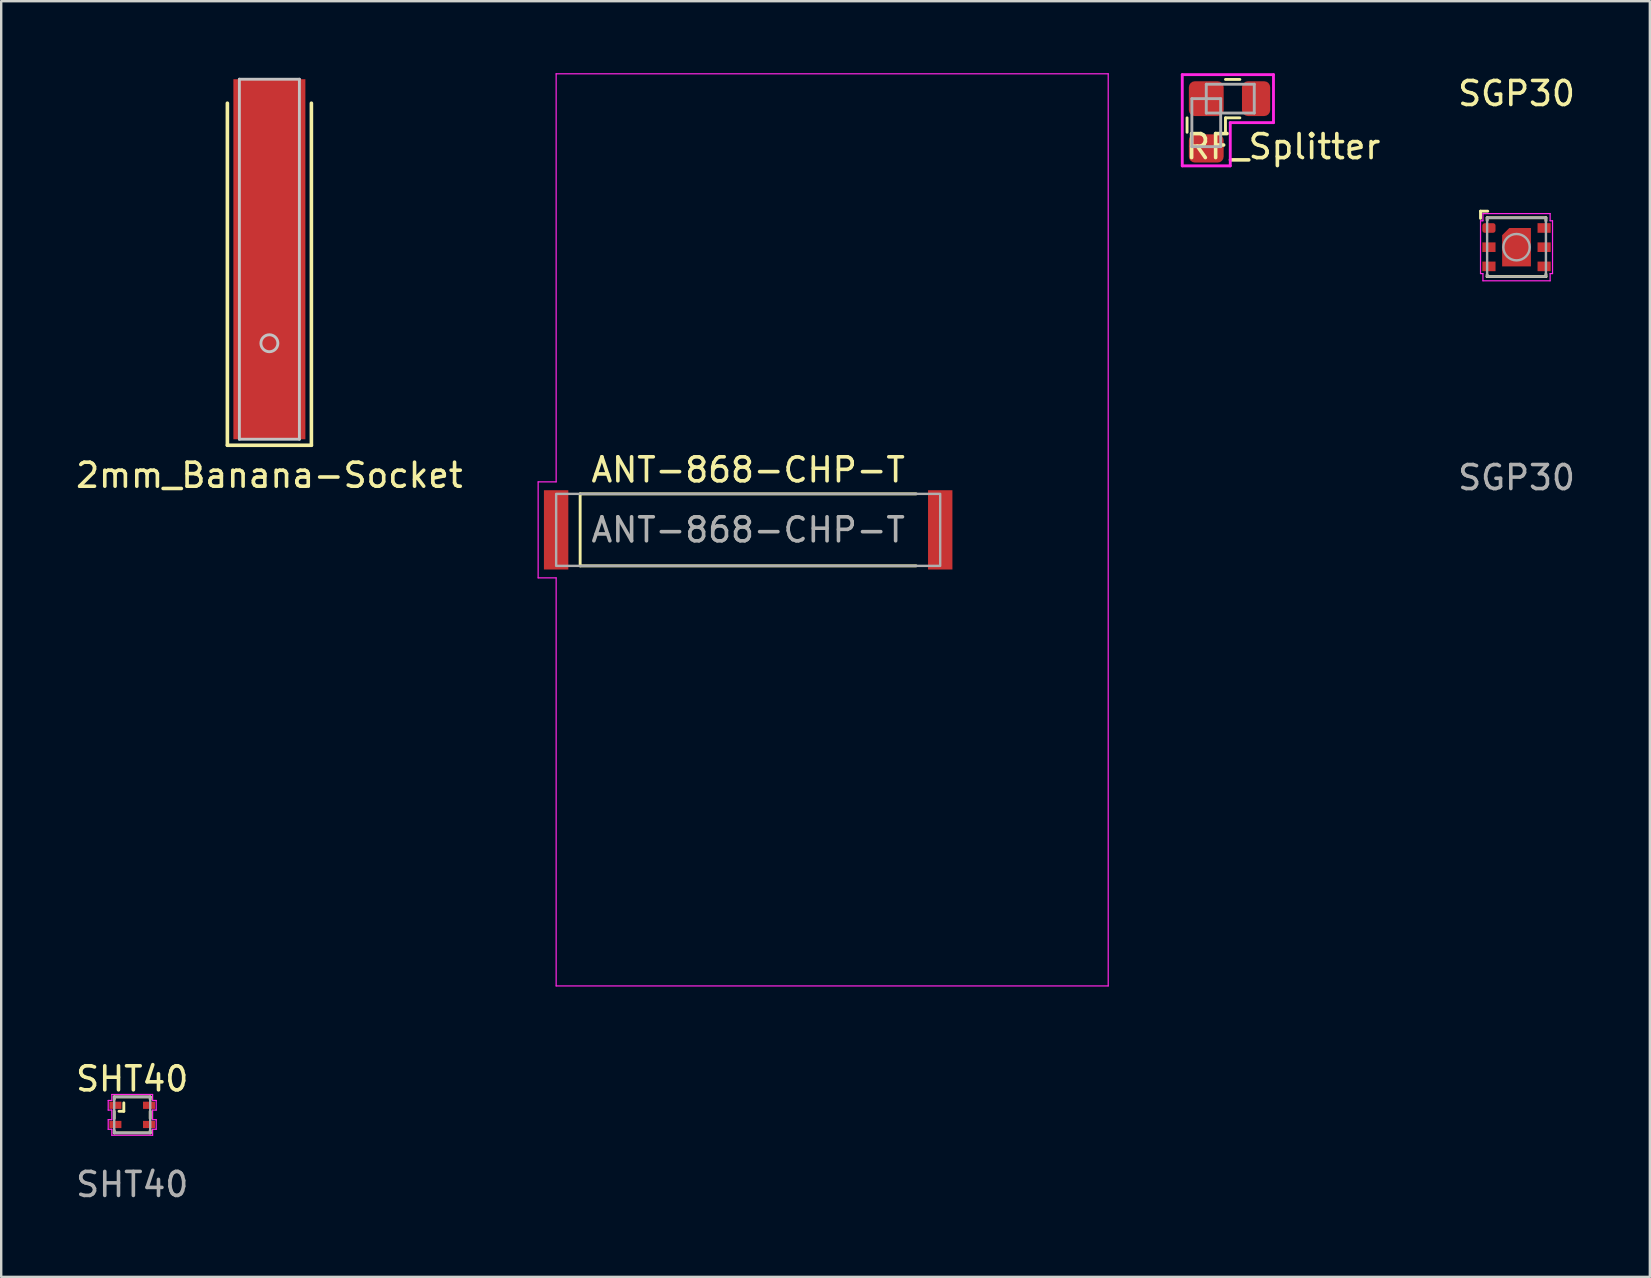
<source format=kicad_pcb>
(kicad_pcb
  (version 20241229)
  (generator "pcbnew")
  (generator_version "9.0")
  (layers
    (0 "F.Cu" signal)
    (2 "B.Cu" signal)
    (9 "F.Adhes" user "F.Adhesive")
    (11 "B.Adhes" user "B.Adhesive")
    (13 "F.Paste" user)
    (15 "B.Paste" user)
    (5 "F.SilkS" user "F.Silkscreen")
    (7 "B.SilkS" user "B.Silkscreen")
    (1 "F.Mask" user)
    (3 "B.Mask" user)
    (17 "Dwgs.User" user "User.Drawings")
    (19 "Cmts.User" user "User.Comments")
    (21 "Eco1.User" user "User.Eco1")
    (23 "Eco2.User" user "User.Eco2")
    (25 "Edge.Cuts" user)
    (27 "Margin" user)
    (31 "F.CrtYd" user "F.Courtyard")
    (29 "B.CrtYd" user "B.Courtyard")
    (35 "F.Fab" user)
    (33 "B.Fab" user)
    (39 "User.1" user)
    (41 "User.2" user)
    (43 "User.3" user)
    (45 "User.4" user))
  (footprint "ANT-868-CHP-T"
    (layer "F.Cu")
    (at 28.12 19.025)
    (property "Reference" "ANT-868-CHP-T" (at 0 -2.5 0) (unlocked yes) (layer "F.SilkS") (effects (font (size 1 1) (thickness 0.15))))
    (attr smd)
    (fp_line (start -7 -1.5) (end -7 1.5) (stroke (width 0.12) (type solid)) (layer "F.SilkS"))
    (fp_line (start -7 1.5) (end 7 1.5) (stroke (width 0.12) (type solid)) (layer "F.SilkS"))
    (fp_line (start 7 -1.5) (end -7 -1.5) (stroke (width 0.12) (type solid)) (layer "F.SilkS"))
    (fp_line (start -8.75 -2) (end -8 -2) (stroke (width 0.05) (type solid)) (layer "F.CrtYd"))
    (fp_line (start -8.75 2) (end -8.75 -2) (stroke (width 0.05) (type solid)) (layer "F.CrtYd"))
    (fp_line (start -8 -19) (end 15 -19) (stroke (width 0.05) (type solid)) (layer "F.CrtYd"))
    (fp_line (start -8 -2) (end -8 -19) (stroke (width 0.05) (type solid)) (layer "F.CrtYd"))
    (fp_line (start -8 2) (end -8.75 2) (stroke (width 0.05) (type solid)) (layer "F.CrtYd"))
    (fp_line (start -8 19) (end -8 2) (stroke (width 0.05) (type solid)) (layer "F.CrtYd"))
    (fp_line (start 15 -19) (end 15 19) (stroke (width 0.05) (type solid)) (layer "F.CrtYd"))
    (fp_line (start 15 19) (end -8 19) (stroke (width 0.05) (type solid)) (layer "F.CrtYd"))
    (fp_rect (start -8 -1.5) (end 8 1.5) (stroke (width 0.1) (type solid)) (fill no) (layer "F.Fab"))
    (fp_text user "${REFERENCE}" (at 0 0 0) (unlocked yes) (layer "F.Fab") (effects (font (size 1 1) (thickness 0.15))))
    (pad "1" smd rect (at -8.001 0) (size 1.016 3.302) (layers "F.Cu" "F.Mask" "F.Paste"))
    (pad "2" smd rect (at 8.001 0) (size 1.016 3.302) (layers "F.Cu" "F.Mask" "F.Paste"))
    (zone (net_name "") (layers "F.Cu" "B.Cu") (hatch edge 0.508) (connect_pads) (min_thickness 0.254) (filled_areas_thickness no) (keepout (tracks not_allowed) (vias not_allowed) (pads not_allowed) (copperpour not_allowed) (footprints not_allowed)) (placement (enabled no)) (fill) (polygon (pts (xy 43.12 38.025) (xy 20.12 38.025) (xy 20.12 0.025) (xy 43.12 0.025)))))
  (footprint "RF_Splitter"
    (layer "F.Cu")
    (at 47.205 1.06)
    (property "Reference" "RF_Splitter" (at 3.2 2 0) (layer "F.SilkS") (effects (font (size 1 1) (thickness 0.15))))
    (attr smd)
    (fp_line (start -0.8 0.8) (end -0.8 1.4) (stroke (width 0.12) (type solid)) (layer "F.SilkS"))
    (fp_line (start 0.8 -0.8) (end 1.4 -0.8) (stroke (width 0.12) (type solid)) (layer "F.SilkS"))
    (fp_line (start 0.8 0.8) (end 0.8 1.4) (stroke (width 0.12) (type solid)) (layer "F.SilkS"))
    (fp_line (start 0.8 0.8) (end 1.4 0.8) (stroke (width 0.12) (type solid)) (layer "F.SilkS"))
    (fp_line (start -1 -1) (end 2.8 -1) (stroke (width 0.12) (type solid)) (layer "F.CrtYd"))
    (fp_line (start -1 2.8) (end -1 -1) (stroke (width 0.12) (type solid)) (layer "F.CrtYd"))
    (fp_line (start 1 1) (end 1 2.8) (stroke (width 0.12) (type solid)) (layer "F.CrtYd"))
    (fp_line (start 1 2.8) (end -1 2.8) (stroke (width 0.12) (type solid)) (layer "F.CrtYd"))
    (fp_line (start 2.8 -1) (end 2.8 1) (stroke (width 0.12) (type solid)) (layer "F.CrtYd"))
    (fp_line (start 2.8 1) (end 1 1) (stroke (width 0.12) (type solid)) (layer "F.CrtYd"))
    (fp_line (start -0.6 0) (end 0.6 0) (stroke (width 0.12) (type solid)) (layer "F.Fab"))
    (fp_line (start -0.6 2) (end -0.6 0) (stroke (width 0.12) (type solid)) (layer "F.Fab"))
    (fp_line (start 0 -0.6) (end 2 -0.6) (stroke (width 0.12) (type solid)) (layer "F.Fab"))
    (fp_line (start 0 0.6) (end 0 -0.6) (stroke (width 0.12) (type solid)) (layer "F.Fab"))
    (fp_line (start 0.6 0) (end 0.6 2) (stroke (width 0.12) (type solid)) (layer "F.Fab"))
    (fp_line (start 0.6 2) (end -0.6 2) (stroke (width 0.12) (type solid)) (layer "F.Fab"))
    (fp_line (start 2 -0.6) (end 2 0.6) (stroke (width 0.12) (type solid)) (layer "F.Fab"))
    (fp_line (start 2 0.6) (end 0 0.6) (stroke (width 0.12) (type solid)) (layer "F.Fab"))
    (pad "1" smd roundrect (at 0 0) (size 1.45 1.45) (layers "F.Cu" "F.Mask" "F.Paste") (roundrect_rratio 0.173))
    (pad "2" smd roundrect (at 0 2.075) (size 1.45 1.175) (layers "F.Cu" "F.Mask" "F.Paste") (roundrect_rratio 0.213))
    (pad "3" smd roundrect (at 2.075 0) (size 1.175 1.45) (layers "F.Cu" "F.Mask" "F.Paste") (roundrect_rratio 0.213)))
  (footprint "2mm_Banana-Socket"
    (layer "F.Cu")
    (at 8.173 0.25)
    (property "Reference" "2mm_Banana-Socket" (at 0 16.5 0) (layer "F.SilkS") (effects (font (size 1 1) (thickness 0.15))))
    (attr through_hole)
    (fp_line (start -1.75 1) (end -1.75 15.25) (stroke (width 0.15) (type solid)) (layer "F.SilkS"))
    (fp_line (start -1.75 15.25) (end 1.75 15.25) (stroke (width 0.15) (type solid)) (layer "F.SilkS"))
    (fp_line (start 1.75 15.25) (end 1.75 1) (stroke (width 0.15) (type solid)) (layer "F.SilkS"))
    (fp_line (start -1.25 0) (end 1.25 0) (stroke (width 0.12) (type solid)) (layer "Dwgs.User"))
    (fp_line (start -1.25 15) (end -1.25 0) (stroke (width 0.12) (type solid)) (layer "Dwgs.User"))
    (fp_line (start 1.25 0) (end 1.25 15) (stroke (width 0.12) (type solid)) (layer "Dwgs.User"))
    (fp_line (start 1.25 15) (end -1.25 15) (stroke (width 0.12) (type solid)) (layer "Dwgs.User"))
    (fp_circle (center 0 11) (end 0.25 11.25) (stroke (width 0.12) (type solid)) (fill no) (layer "Dwgs.User"))
    (pad "1" smd rect (at 0 7.5) (size 3 15) (layers "F.Cu" "F.Mask" "F.Paste")))
  (footprint "SGP30"
    (layer "F.Cu")
    (at 60.131 7.248)
    (property "Reference" "SGP30" (at 0 -6.4 0) (unlocked yes) (layer "F.SilkS") (effects (font (size 1 1) (thickness 0.15))))
    (attr smd)
    (fp_line (start -1.5 -1.5) (end -1.2 -1.5) (stroke (width 0.12) (type solid)) (layer "F.SilkS"))
    (fp_line (start -1.5 -1.2) (end -1.5 -1.5) (stroke (width 0.12) (type solid)) (layer "F.SilkS"))
    (fp_line (start -1.225 -1.225) (end 1.225 -1.225) (stroke (width 0.12) (type solid)) (layer "F.SilkS"))
    (fp_line (start -1.225 -1.125) (end -1.225 -1.225) (stroke (width 0.12) (type solid)) (layer "F.SilkS"))
    (fp_line (start -1.225 1.15) (end -1.225 1.225) (stroke (width 0.12) (type solid)) (layer "F.SilkS"))
    (fp_line (start -1.225 1.225) (end 1.225 1.225) (stroke (width 0.12) (type solid)) (layer "F.SilkS"))
    (fp_line (start 1.225 -1.225) (end 1.225 -1.1) (stroke (width 0.12) (type solid)) (layer "F.SilkS"))
    (fp_line (start 1.225 1.225) (end 1.225 1.125) (stroke (width 0.12) (type solid)) (layer "F.SilkS"))
    (fp_line (start -1.5 -1.1) (end -1.5 1.1) (stroke (width 0.05) (type solid)) (layer "F.CrtYd"))
    (fp_line (start -1.5 1.1) (end -1.4 1.1) (stroke (width 0.05) (type solid)) (layer "F.CrtYd"))
    (fp_line (start -1.4 -1.4) (end -1.4 -1.1) (stroke (width 0.05) (type solid)) (layer "F.CrtYd"))
    (fp_line (start -1.4 -1.1) (end -1.5 -1.1) (stroke (width 0.05) (type solid)) (layer "F.CrtYd"))
    (fp_line (start -1.4 1.1) (end -1.4 1.4) (stroke (width 0.05) (type solid)) (layer "F.CrtYd"))
    (fp_line (start -1.4 1.4) (end 1.4 1.4) (stroke (width 0.05) (type solid)) (layer "F.CrtYd"))
    (fp_line (start 1.4 -1.4) (end -1.4 -1.4) (stroke (width 0.05) (type solid)) (layer "F.CrtYd"))
    (fp_line (start 1.4 -1.1) (end 1.4 -1.4) (stroke (width 0.05) (type solid)) (layer "F.CrtYd"))
    (fp_line (start 1.4 1.1) (end 1.5 1.1) (stroke (width 0.05) (type solid)) (layer "F.CrtYd"))
    (fp_line (start 1.4 1.4) (end 1.4 1.1) (stroke (width 0.05) (type solid)) (layer "F.CrtYd"))
    (fp_line (start 1.5 -1.1) (end 1.4 -1.1) (stroke (width 0.05) (type solid)) (layer "F.CrtYd"))
    (fp_line (start 1.5 1.1) (end 1.5 -1.1) (stroke (width 0.05) (type solid)) (layer "F.CrtYd"))
    (fp_rect (start -1.225 -1.225) (end 1.225 1.225) (stroke (width 0.1) (type solid)) (fill no) (layer "F.Fab"))
    (fp_circle (center 0 0) (end 0.55 0) (stroke (width 0.1) (type solid)) (fill no) (layer "F.Fab"))
    (fp_text user "${REFERENCE}" (at 0 9.6 0) (unlocked yes) (layer "F.Fab") (effects (font (size 1 1) (thickness 0.15))))
    (pad "1" smd roundrect (at -1.15 -0.8) (size 0.55 0.4) (layers "F.Cu" "F.Mask" "F.Paste") (roundrect_rratio 0.25))
    (pad "2" smd rect (at -1.15 0) (size 0.55 0.4) (layers "F.Cu" "F.Mask" "F.Paste"))
    (pad "2" smd custom (at 0 0) (size 0.2 0.2) (layers "F.Cu" "F.Mask" "F.Paste") (options (anchor circle)) (primitives (gr_poly (pts (xy -0.1 -0.05) (xy -0.096 -0.069) (xy -0.085 -0.085) (xy -0.069 -0.096) (xy -0.05 -0.1) (xy 0.05 -0.1) (xy 0.069 -0.096) (xy 0.085 -0.085) (xy 0.096 -0.069) (xy 0.1 -0.05) (xy 0.1 0.05) (xy 0.096 0.069) (xy 0.085 0.085) (xy 0.069 0.096) (xy 0.05 0.1) (xy -0.05 0.1) (xy -0.069 0.096) (xy -0.085 0.085) (xy -0.096 0.069) (xy -0.1 0.05)) (width 0) (fill yes)) (gr_poly (pts (xy 0.6 0.8) (xy -0.6 0.8) (xy -0.6 -0.5) (xy -0.3 -0.8) (xy 0.6 -0.8)) (width 0) (fill yes))))
    (pad "3" smd rect (at -1.15 0.8) (size 0.55 0.4) (layers "F.Cu" "F.Mask" "F.Paste"))
    (pad "4" smd rect (at 1.15 0.8) (size 0.55 0.4) (layers "F.Cu" "F.Mask" "F.Paste"))
    (pad "5" smd rect (at 1.15 0) (size 0.55 0.4) (layers "F.Cu" "F.Mask" "F.Paste"))
    (pad "6" smd rect (at 1.15 -0.8) (size 0.55 0.4) (layers "F.Cu" "F.Mask" "F.Paste")))
  (footprint "SHT40"
    (layer "F.Cu")
    (at 2.458 43.398)
    (property "Reference" "SHT40" (at 0 -1.5 0) (unlocked yes) (layer "F.SilkS") (effects (font (size 1 1) (thickness 0.15))))
    (attr smd)
    (fp_line (start -0.75 -0.75) (end 0.75 -0.75) (stroke (width 0.12) (type solid)) (layer "F.SilkS"))
    (fp_line (start -0.75 -0.65) (end -0.75 -0.75) (stroke (width 0.12) (type solid)) (layer "F.SilkS"))
    (fp_line (start -0.75 -0.15) (end -0.75 0.15) (stroke (width 0.12) (type solid)) (layer "F.SilkS"))
    (fp_line (start -0.75 0.65) (end -0.75 0.75) (stroke (width 0.12) (type solid)) (layer "F.SilkS"))
    (fp_line (start -0.75 0.75) (end 0.75 0.75) (stroke (width 0.12) (type solid)) (layer "F.SilkS"))
    (fp_line (start -0.55 -0.15) (end -0.35 -0.15) (stroke (width 0.12) (type solid)) (layer "F.SilkS"))
    (fp_line (start -0.35 -0.15) (end -0.35 -0.5) (stroke (width 0.12) (type solid)) (layer "F.SilkS"))
    (fp_line (start 0.75 -0.75) (end 0.75 -0.65) (stroke (width 0.12) (type solid)) (layer "F.SilkS"))
    (fp_line (start 0.75 -0.15) (end 0.75 0.15) (stroke (width 0.12) (type solid)) (layer "F.SilkS"))
    (fp_line (start 0.75 0.75) (end 0.75 0.65) (stroke (width 0.12) (type solid)) (layer "F.SilkS"))
    (fp_line (start -1 -0.6) (end -0.85 -0.6) (stroke (width 0.05) (type solid)) (layer "F.CrtYd"))
    (fp_line (start -1 -0.2) (end -1 -0.6) (stroke (width 0.05) (type solid)) (layer "F.CrtYd"))
    (fp_line (start -1 0.2) (end -0.85 0.2) (stroke (width 0.05) (type solid)) (layer "F.CrtYd"))
    (fp_line (start -1 0.6) (end -1 0.2) (stroke (width 0.05) (type solid)) (layer "F.CrtYd"))
    (fp_line (start -0.85 -0.85) (end 0.85 -0.85) (stroke (width 0.05) (type solid)) (layer "F.CrtYd"))
    (fp_line (start -0.85 -0.6) (end -0.85 -0.85) (stroke (width 0.05) (type solid)) (layer "F.CrtYd"))
    (fp_line (start -0.85 -0.2) (end -1 -0.2) (stroke (width 0.05) (type solid)) (layer "F.CrtYd"))
    (fp_line (start -0.85 0.2) (end -0.85 -0.2) (stroke (width 0.05) (type solid)) (layer "F.CrtYd"))
    (fp_line (start -0.85 0.6) (end -1 0.6) (stroke (width 0.05) (type solid)) (layer "F.CrtYd"))
    (fp_line (start -0.85 0.85) (end -0.85 0.6) (stroke (width 0.05) (type solid)) (layer "F.CrtYd"))
    (fp_line (start 0.85 -0.85) (end 0.85 -0.6) (stroke (width 0.05) (type solid)) (layer "F.CrtYd"))
    (fp_line (start 0.85 -0.6) (end 1 -0.6) (stroke (width 0.05) (type solid)) (layer "F.CrtYd"))
    (fp_line (start 0.85 -0.2) (end 0.85 0.2) (stroke (width 0.05) (type solid)) (layer "F.CrtYd"))
    (fp_line (start 0.85 0.2) (end 1 0.2) (stroke (width 0.05) (type solid)) (layer "F.CrtYd"))
    (fp_line (start 0.85 0.6) (end 0.85 0.85) (stroke (width 0.05) (type solid)) (layer "F.CrtYd"))
    (fp_line (start 0.85 0.85) (end -0.85 0.85) (stroke (width 0.05) (type solid)) (layer "F.CrtYd"))
    (fp_line (start 1 -0.6) (end 1 -0.2) (stroke (width 0.05) (type solid)) (layer "F.CrtYd"))
    (fp_line (start 1 -0.2) (end 0.85 -0.2) (stroke (width 0.05) (type solid)) (layer "F.CrtYd"))
    (fp_line (start 1 0.2) (end 1 0.6) (stroke (width 0.05) (type solid)) (layer "F.CrtYd"))
    (fp_line (start 1 0.6) (end 0.85 0.6) (stroke (width 0.05) (type solid)) (layer "F.CrtYd"))
    (fp_rect (start -0.75 -0.75) (end 0.75 0.75) (stroke (width 0.1) (type solid)) (fill no) (layer "F.Fab"))
    (fp_text user "${REFERENCE}" (at 0 2.9 0) (unlocked yes) (layer "F.Fab") (effects (font (size 1 1) (thickness 0.15))))
    (pad "1" smd rect (at -0.7 -0.4) (size 0.5 0.3) (layers "F.Cu" "F.Mask" "F.Paste"))
    (pad "2" smd rect (at -0.7 0.4) (size 0.5 0.3) (layers "F.Cu" "F.Mask" "F.Paste"))
    (pad "3" smd rect (at 0.7 0.4) (size 0.5 0.3) (layers "F.Cu" "F.Mask" "F.Paste"))
    (pad "4" smd rect (at 0.7 -0.4) (size 0.5 0.3) (layers "F.Cu" "F.Mask" "F.Paste")))
  (gr_rect
    (start -3 -3)
    (end 65.685 50.147)
    (stroke (width 0.1) (type default))
    (fill no)
    (layer "Edge.Cuts")))
</source>
